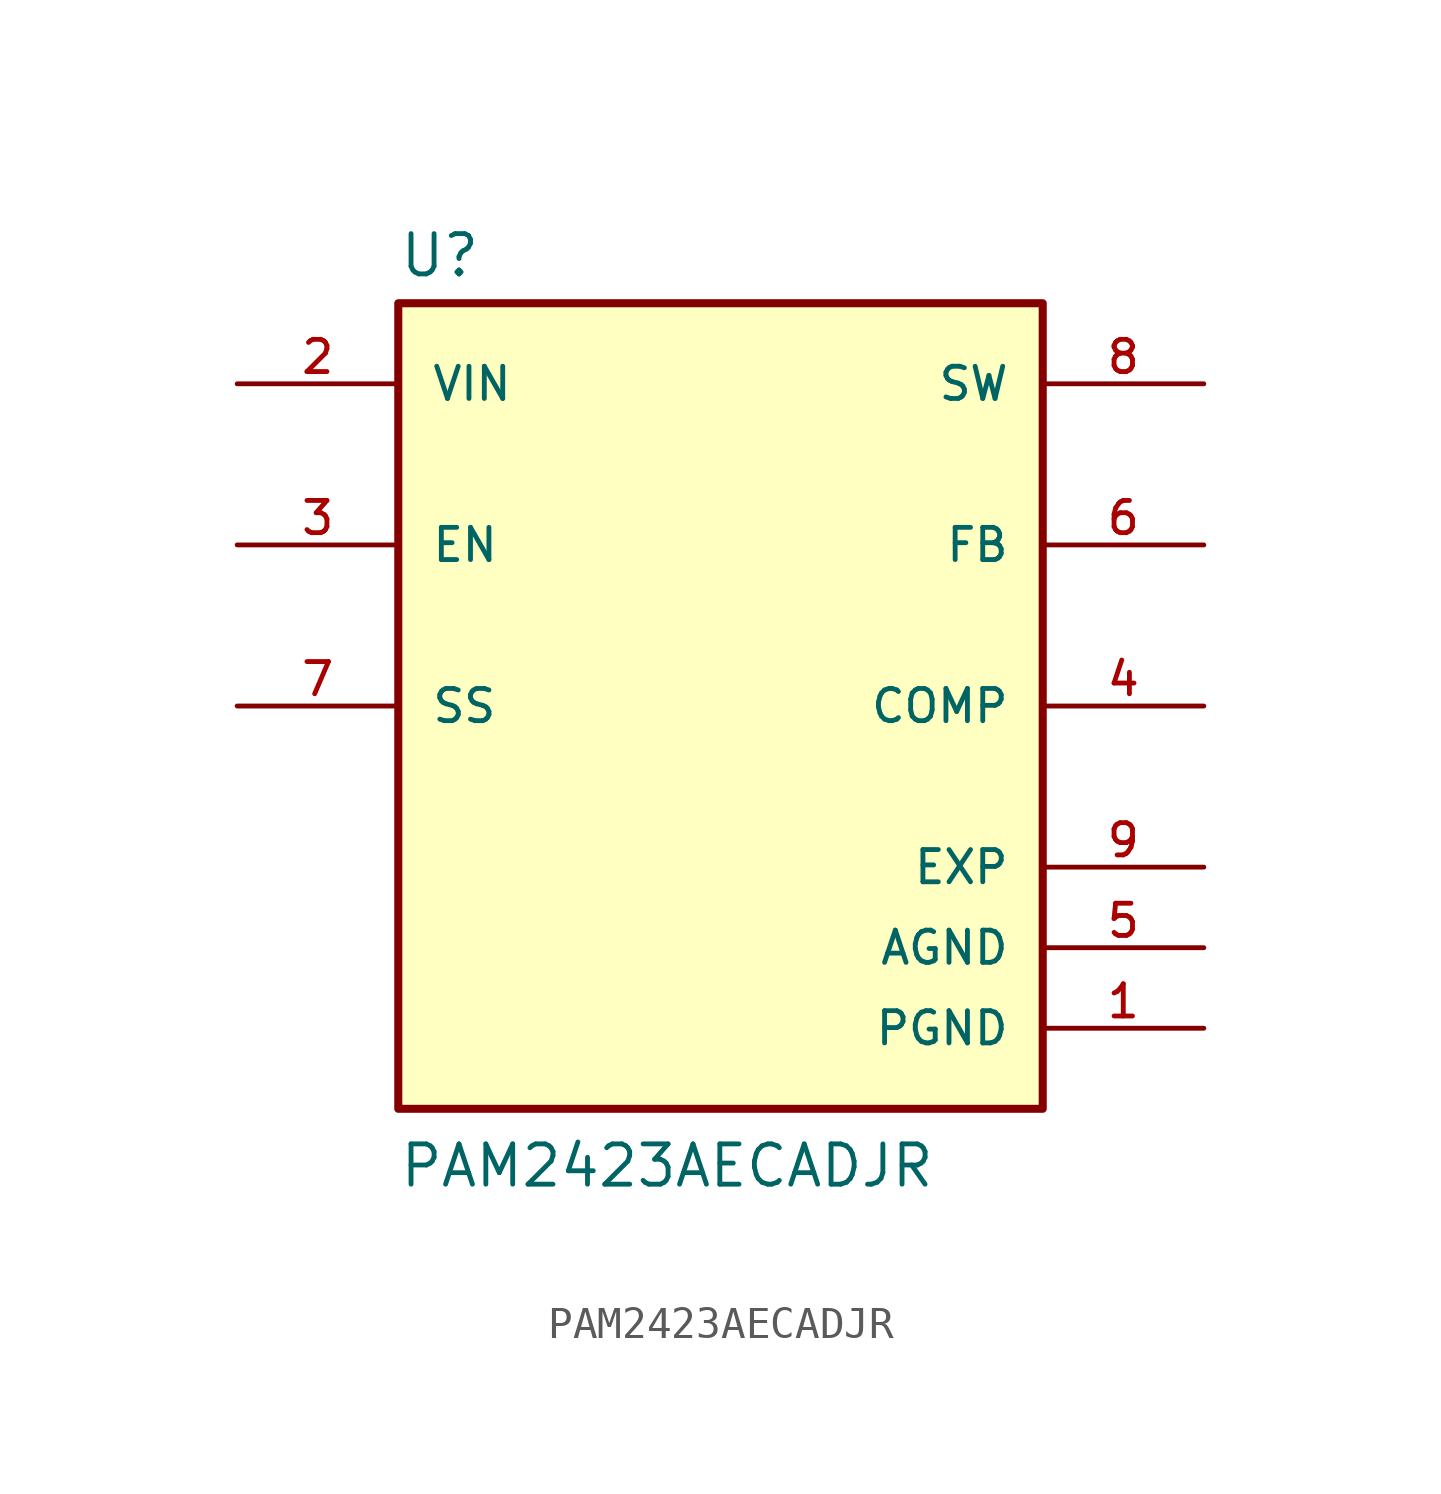
<source format=kicad_sym>
(kicad_symbol_lib
  (version 20211014)
  (generator kicad_symbol_editor)
  (symbol "PAM2423AECADJR"
    (pin_names
      (offset 1.016))
    (property "Reference" "U"
      (at -10.16 13.462 0)
      (effects (font (size 1.27 1.27)) (justify bottom left)))
    (property "Value" "PAM2423AECADJR"
      (at -10.16 -15.24 0)
      (effects (font (size 1.27 1.27)) (justify bottom left)))
    (symbol "PAM2423AECADJR_0_0"
      (rectangle (start -10.16 -12.7) (end 10.16 12.7) (stroke (width 0.254)) (fill (type background)))
      (pin power_in line (at 15.24 -7.62 180.0) (length 5.08) (name "AGND" (effects (font (size 1.016 1.016)))) (number "5" (effects (font (size 1.016 1.016)))))
      (pin output line (at 15.24 0.0 180.0) (length 5.08) (name "COMP" (effects (font (size 1.016 1.016)))) (number "4" (effects (font (size 1.016 1.016)))))
      (pin input line (at -15.24 5.08 0) (length 5.08) (name "EN" (effects (font (size 1.016 1.016)))) (number "3" (effects (font (size 1.016 1.016)))))
      (pin input line (at -15.24 10.16 0) (length 5.08) (name "VIN" (effects (font (size 1.016 1.016)))) (number "2" (effects (font (size 1.016 1.016)))))
      (pin power_in line (at 15.24 -10.16 180.0) (length 5.08) (name "PGND" (effects (font (size 1.016 1.016)))) (number "1" (effects (font (size 1.016 1.016)))))
      (pin output line (at 15.24 10.16 180.0) (length 5.08) (name "SW" (effects (font (size 1.016 1.016)))) (number "8" (effects (font (size 1.016 1.016)))))
      (pin input line (at -15.24 0.0 0) (length 5.08) (name "SS" (effects (font (size 1.016 1.016)))) (number "7" (effects (font (size 1.016 1.016)))))
      (pin input line (at 15.24 5.08 180.0) (length 5.08) (name "FB" (effects (font (size 1.016 1.016)))) (number "6" (effects (font (size 1.016 1.016)))))
      (pin power_in line (at 15.24 -5.08 180.0) (length 5.08) (name "EXP" (effects (font (size 1.016 1.016)))) (number "9" (effects (font (size 1.016 1.016))))))))
</source>
